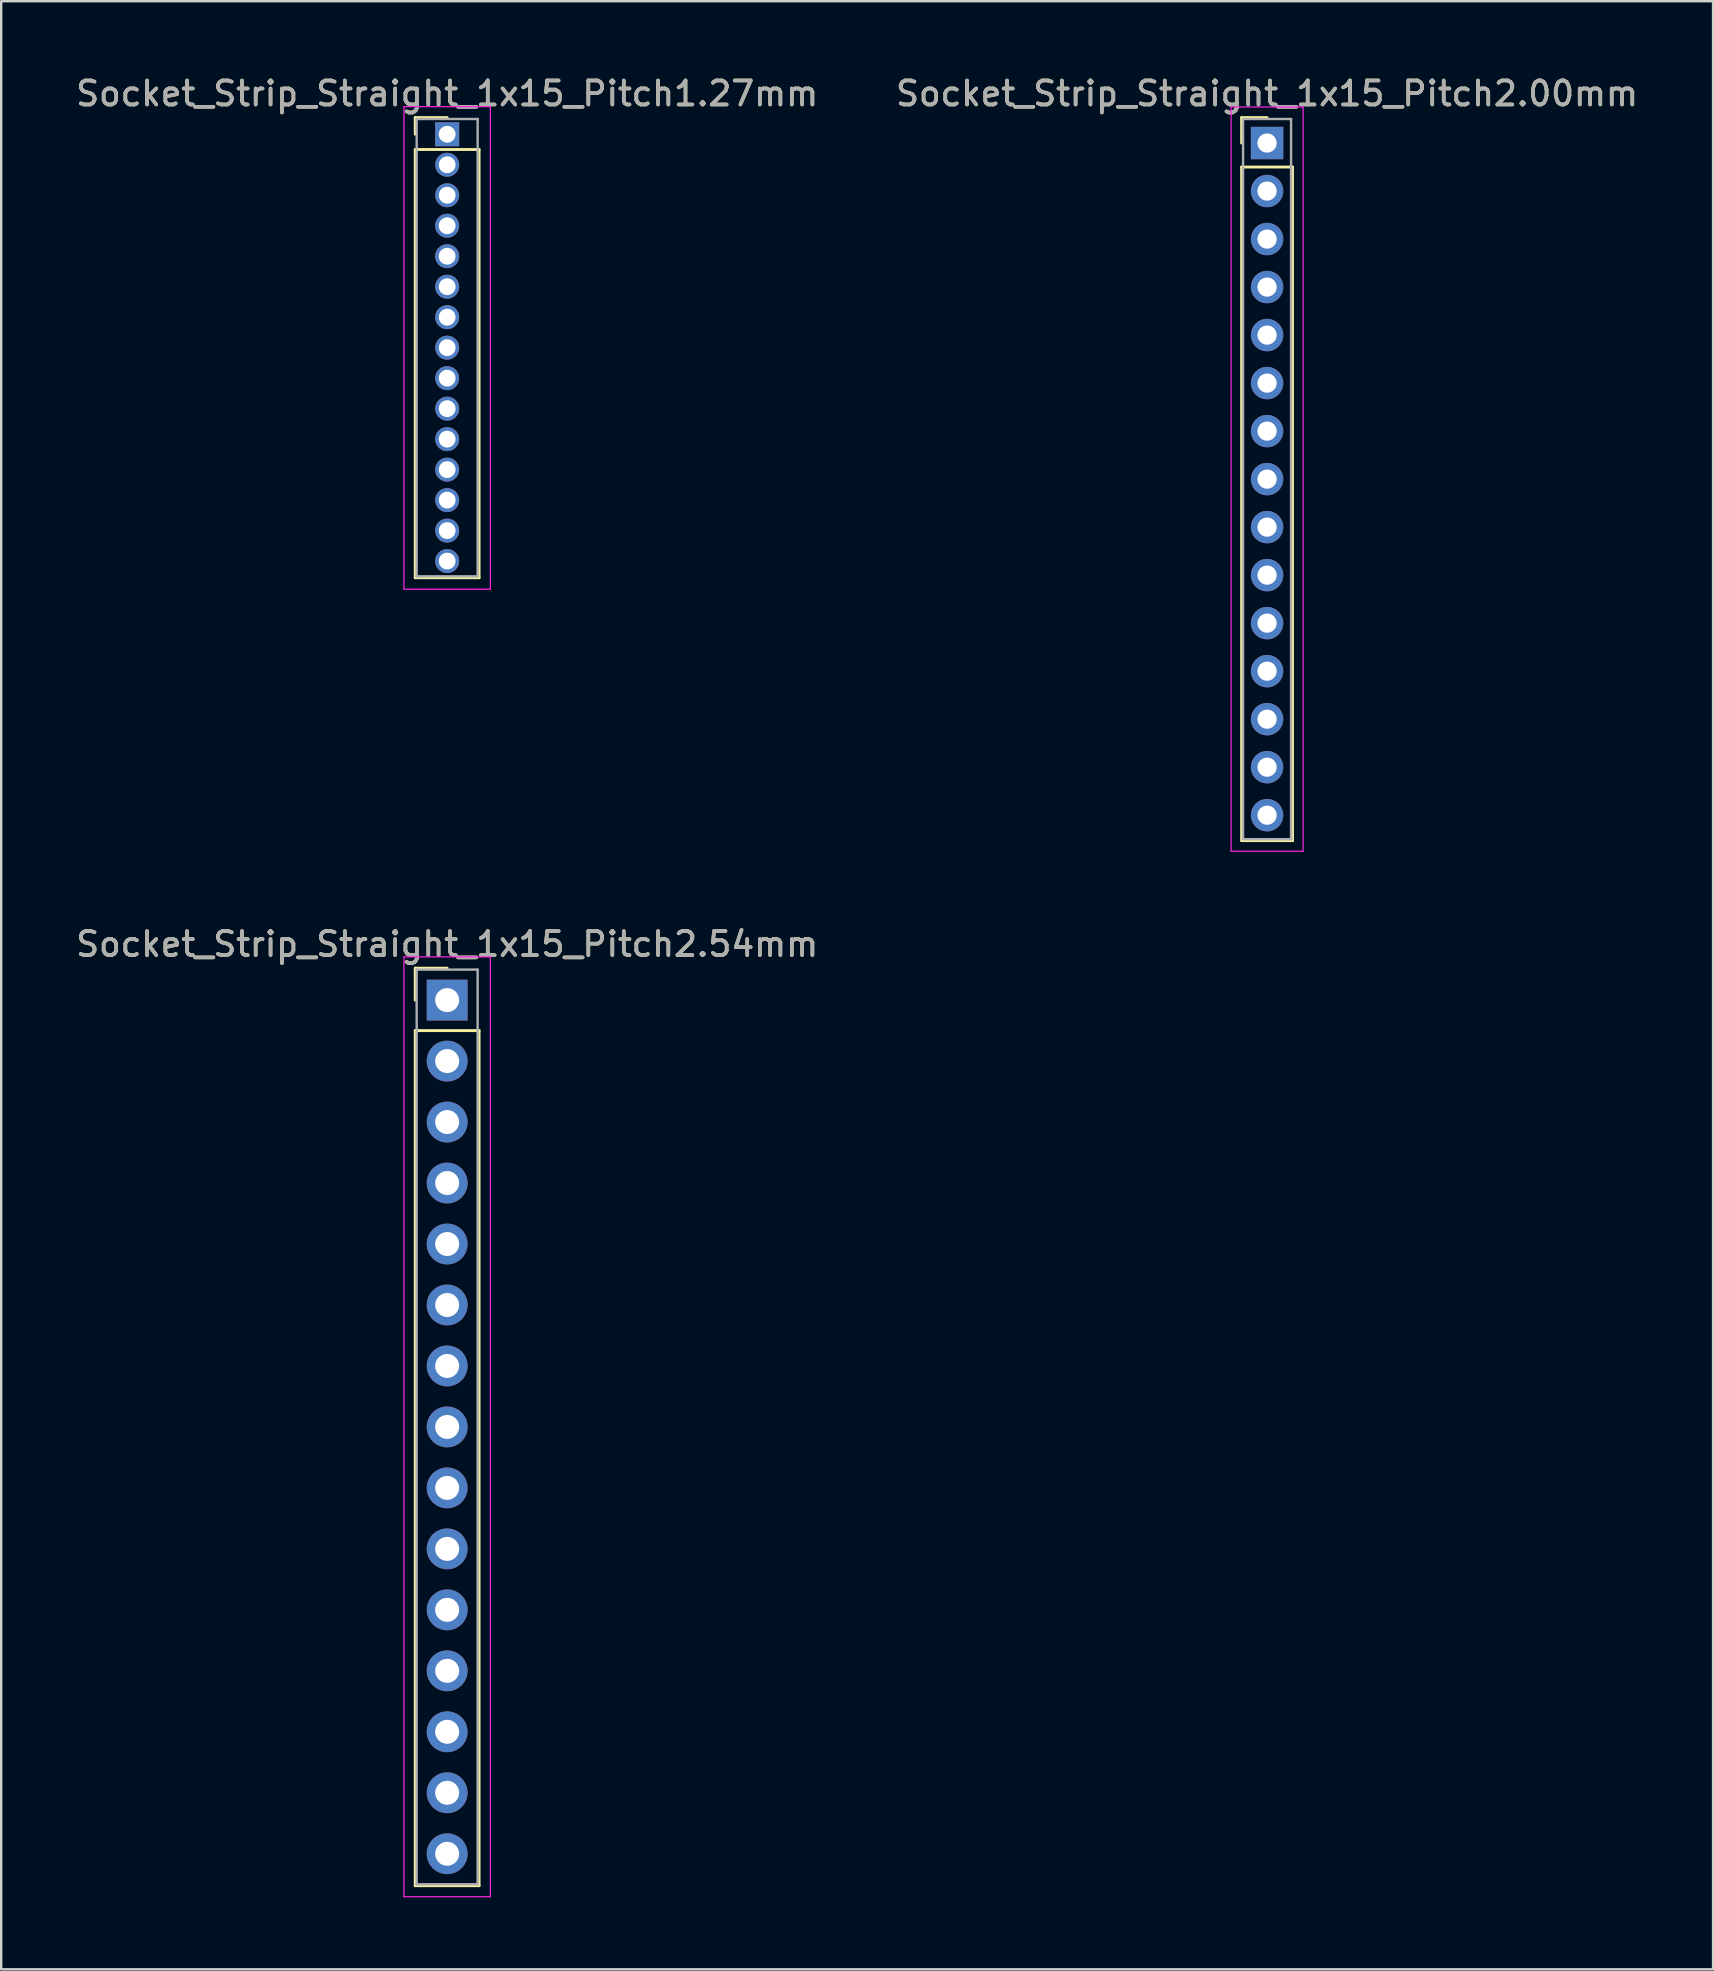
<source format=kicad_pcb>
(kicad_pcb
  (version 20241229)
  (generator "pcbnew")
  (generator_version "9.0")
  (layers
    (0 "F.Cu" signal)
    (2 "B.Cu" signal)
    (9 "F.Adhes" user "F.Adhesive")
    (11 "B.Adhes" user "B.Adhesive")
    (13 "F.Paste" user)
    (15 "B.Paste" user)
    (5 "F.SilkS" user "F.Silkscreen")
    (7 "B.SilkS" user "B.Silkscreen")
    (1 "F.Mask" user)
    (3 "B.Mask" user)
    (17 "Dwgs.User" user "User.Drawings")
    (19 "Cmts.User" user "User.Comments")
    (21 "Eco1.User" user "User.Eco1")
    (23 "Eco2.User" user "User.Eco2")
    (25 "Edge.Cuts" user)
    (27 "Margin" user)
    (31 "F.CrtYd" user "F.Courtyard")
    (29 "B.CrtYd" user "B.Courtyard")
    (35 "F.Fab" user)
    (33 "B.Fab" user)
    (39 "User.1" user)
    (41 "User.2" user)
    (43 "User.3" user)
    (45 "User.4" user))
  (footprint "Socket_Strip_Straight_1x15_Pitch2.54mm"
    (layer "F.Cu")
    (at 15.577 38.611)
    (property "Reference" "Socket_Strip_Straight_1x15_Pitch2.54mm" (at 0 -2.33 0) (layer "F.SilkS") (effects (font (size 1 1) (thickness 0.15))))
    (attr through_hole)
    (fp_line (start -1.33 -1.33) (end 0 -1.33) (stroke (width 0.12) (type solid)) (layer "F.SilkS"))
    (fp_line (start -1.33 0) (end -1.33 -1.33) (stroke (width 0.12) (type solid)) (layer "F.SilkS"))
    (fp_line (start -1.33 1.27) (end -1.33 36.89) (stroke (width 0.12) (type solid)) (layer "F.SilkS"))
    (fp_line (start -1.33 36.89) (end 1.33 36.89) (stroke (width 0.12) (type solid)) (layer "F.SilkS"))
    (fp_line (start 1.33 1.27) (end -1.33 1.27) (stroke (width 0.12) (type solid)) (layer "F.SilkS"))
    (fp_line (start 1.33 36.89) (end 1.33 1.27) (stroke (width 0.12) (type solid)) (layer "F.SilkS"))
    (fp_line (start -1.8 -1.8) (end -1.8 37.35) (stroke (width 0.05) (type solid)) (layer "F.CrtYd"))
    (fp_line (start -1.8 37.35) (end 1.8 37.35) (stroke (width 0.05) (type solid)) (layer "F.CrtYd"))
    (fp_line (start 1.8 -1.8) (end -1.8 -1.8) (stroke (width 0.05) (type solid)) (layer "F.CrtYd"))
    (fp_line (start 1.8 37.35) (end 1.8 -1.8) (stroke (width 0.05) (type solid)) (layer "F.CrtYd"))
    (fp_line (start -1.27 -1.27) (end -1.27 36.83) (stroke (width 0.1) (type solid)) (layer "F.Fab"))
    (fp_line (start -1.27 36.83) (end 1.27 36.83) (stroke (width 0.1) (type solid)) (layer "F.Fab"))
    (fp_line (start 1.27 -1.27) (end -1.27 -1.27) (stroke (width 0.1) (type solid)) (layer "F.Fab"))
    (fp_line (start 1.27 36.83) (end 1.27 -1.27) (stroke (width 0.1) (type solid)) (layer "F.Fab"))
    (fp_text user "${REFERENCE}" (at 0 -2.33 0) (layer "F.Fab") (effects (font (size 1 1) (thickness 0.15))))
    (pad "1" thru_hole rect (at 0 0) (size 1.7 1.7) (drill 1) (layers "*.Cu" "*.Mask"))
    (pad "2" thru_hole oval (at 0 2.54) (size 1.7 1.7) (drill 1) (layers "*.Cu" "*.Mask"))
    (pad "3" thru_hole oval (at 0 5.08) (size 1.7 1.7) (drill 1) (layers "*.Cu" "*.Mask"))
    (pad "4" thru_hole oval (at 0 7.62) (size 1.7 1.7) (drill 1) (layers "*.Cu" "*.Mask"))
    (pad "5" thru_hole oval (at 0 10.16) (size 1.7 1.7) (drill 1) (layers "*.Cu" "*.Mask"))
    (pad "6" thru_hole oval (at 0 12.7) (size 1.7 1.7) (drill 1) (layers "*.Cu" "*.Mask"))
    (pad "7" thru_hole oval (at 0 15.24) (size 1.7 1.7) (drill 1) (layers "*.Cu" "*.Mask"))
    (pad "8" thru_hole oval (at 0 17.78) (size 1.7 1.7) (drill 1) (layers "*.Cu" "*.Mask"))
    (pad "9" thru_hole oval (at 0 20.32) (size 1.7 1.7) (drill 1) (layers "*.Cu" "*.Mask"))
    (pad "10" thru_hole oval (at 0 22.86) (size 1.7 1.7) (drill 1) (layers "*.Cu" "*.Mask"))
    (pad "11" thru_hole oval (at 0 25.4) (size 1.7 1.7) (drill 1) (layers "*.Cu" "*.Mask"))
    (pad "12" thru_hole oval (at 0 27.94) (size 1.7 1.7) (drill 1) (layers "*.Cu" "*.Mask"))
    (pad "13" thru_hole oval (at 0 30.48) (size 1.7 1.7) (drill 1) (layers "*.Cu" "*.Mask"))
    (pad "14" thru_hole oval (at 0 33.02) (size 1.7 1.7) (drill 1) (layers "*.Cu" "*.Mask"))
    (pad "15" thru_hole oval (at 0 35.56) (size 1.7 1.7) (drill 1) (layers "*.Cu" "*.Mask")))
  (footprint "Socket_Strip_Straight_1x15_Pitch2.00mm"
    (layer "F.Cu")
    (at 49.732 2.908)
    (property "Reference" "Socket_Strip_Straight_1x15_Pitch2.00mm" (at 0 -2.06 0) (layer "F.SilkS") (effects (font (size 1 1) (thickness 0.15))))
    (attr through_hole)
    (fp_line (start -1.06 -1.06) (end 0 -1.06) (stroke (width 0.12) (type solid)) (layer "F.SilkS"))
    (fp_line (start -1.06 0) (end -1.06 -1.06) (stroke (width 0.12) (type solid)) (layer "F.SilkS"))
    (fp_line (start -1.06 1) (end -1.06 29.06) (stroke (width 0.12) (type solid)) (layer "F.SilkS"))
    (fp_line (start -1.06 29.06) (end 1.06 29.06) (stroke (width 0.12) (type solid)) (layer "F.SilkS"))
    (fp_line (start 1.06 1) (end -1.06 1) (stroke (width 0.12) (type solid)) (layer "F.SilkS"))
    (fp_line (start 1.06 29.06) (end 1.06 1) (stroke (width 0.12) (type solid)) (layer "F.SilkS"))
    (fp_line (start -1.5 -1.5) (end -1.5 29.5) (stroke (width 0.05) (type solid)) (layer "F.CrtYd"))
    (fp_line (start -1.5 29.5) (end 1.5 29.5) (stroke (width 0.05) (type solid)) (layer "F.CrtYd"))
    (fp_line (start 1.5 -1.5) (end -1.5 -1.5) (stroke (width 0.05) (type solid)) (layer "F.CrtYd"))
    (fp_line (start 1.5 29.5) (end 1.5 -1.5) (stroke (width 0.05) (type solid)) (layer "F.CrtYd"))
    (fp_line (start -1 -1) (end -1 29) (stroke (width 0.1) (type solid)) (layer "F.Fab"))
    (fp_line (start -1 29) (end 1 29) (stroke (width 0.1) (type solid)) (layer "F.Fab"))
    (fp_line (start 1 -1) (end -1 -1) (stroke (width 0.1) (type solid)) (layer "F.Fab"))
    (fp_line (start 1 29) (end 1 -1) (stroke (width 0.1) (type solid)) (layer "F.Fab"))
    (fp_text user "${REFERENCE}" (at 0 -2.06 0) (layer "F.Fab") (effects (font (size 1 1) (thickness 0.15))))
    (pad "1" thru_hole rect (at 0 0) (size 1.35 1.35) (drill 0.8) (layers "*.Cu" "*.Mask"))
    (pad "2" thru_hole oval (at 0 2) (size 1.35 1.35) (drill 0.8) (layers "*.Cu" "*.Mask"))
    (pad "3" thru_hole oval (at 0 4) (size 1.35 1.35) (drill 0.8) (layers "*.Cu" "*.Mask"))
    (pad "4" thru_hole oval (at 0 6) (size 1.35 1.35) (drill 0.8) (layers "*.Cu" "*.Mask"))
    (pad "5" thru_hole oval (at 0 8) (size 1.35 1.35) (drill 0.8) (layers "*.Cu" "*.Mask"))
    (pad "6" thru_hole oval (at 0 10) (size 1.35 1.35) (drill 0.8) (layers "*.Cu" "*.Mask"))
    (pad "7" thru_hole oval (at 0 12) (size 1.35 1.35) (drill 0.8) (layers "*.Cu" "*.Mask"))
    (pad "8" thru_hole oval (at 0 14) (size 1.35 1.35) (drill 0.8) (layers "*.Cu" "*.Mask"))
    (pad "9" thru_hole oval (at 0 16) (size 1.35 1.35) (drill 0.8) (layers "*.Cu" "*.Mask"))
    (pad "10" thru_hole oval (at 0 18) (size 1.35 1.35) (drill 0.8) (layers "*.Cu" "*.Mask"))
    (pad "11" thru_hole oval (at 0 20) (size 1.35 1.35) (drill 0.8) (layers "*.Cu" "*.Mask"))
    (pad "12" thru_hole oval (at 0 22) (size 1.35 1.35) (drill 0.8) (layers "*.Cu" "*.Mask"))
    (pad "13" thru_hole oval (at 0 24) (size 1.35 1.35) (drill 0.8) (layers "*.Cu" "*.Mask"))
    (pad "14" thru_hole oval (at 0 26) (size 1.35 1.35) (drill 0.8) (layers "*.Cu" "*.Mask"))
    (pad "15" thru_hole oval (at 0 28) (size 1.35 1.35) (drill 0.8) (layers "*.Cu" "*.Mask")))
  (footprint "Socket_Strip_Straight_1x15_Pitch1.27mm"
    (layer "F.Cu")
    (at 15.577 2.543)
    (property "Reference" "Socket_Strip_Straight_1x15_Pitch1.27mm" (at 0 -1.695 0) (layer "F.SilkS") (effects (font (size 1 1) (thickness 0.15))))
    (attr through_hole)
    (fp_line (start -1.33 -0.695) (end 0 -0.695) (stroke (width 0.12) (type solid)) (layer "F.SilkS"))
    (fp_line (start -1.33 0) (end -1.33 -0.695) (stroke (width 0.12) (type solid)) (layer "F.SilkS"))
    (fp_line (start -1.33 0.635) (end -1.33 18.475) (stroke (width 0.12) (type solid)) (layer "F.SilkS"))
    (fp_line (start -1.33 18.475) (end 1.33 18.475) (stroke (width 0.12) (type solid)) (layer "F.SilkS"))
    (fp_line (start 1.33 0.635) (end -1.33 0.635) (stroke (width 0.12) (type solid)) (layer "F.SilkS"))
    (fp_line (start 1.33 18.475) (end 1.33 0.635) (stroke (width 0.12) (type solid)) (layer "F.SilkS"))
    (fp_line (start -1.8 -1.15) (end -1.8 18.95) (stroke (width 0.05) (type solid)) (layer "F.CrtYd"))
    (fp_line (start -1.8 18.95) (end 1.8 18.95) (stroke (width 0.05) (type solid)) (layer "F.CrtYd"))
    (fp_line (start 1.8 -1.15) (end -1.8 -1.15) (stroke (width 0.05) (type solid)) (layer "F.CrtYd"))
    (fp_line (start 1.8 18.95) (end 1.8 -1.15) (stroke (width 0.05) (type solid)) (layer "F.CrtYd"))
    (fp_line (start -1.27 -0.635) (end -1.27 18.415) (stroke (width 0.1) (type solid)) (layer "F.Fab"))
    (fp_line (start -1.27 18.415) (end 1.27 18.415) (stroke (width 0.1) (type solid)) (layer "F.Fab"))
    (fp_line (start 1.27 -0.635) (end -1.27 -0.635) (stroke (width 0.1) (type solid)) (layer "F.Fab"))
    (fp_line (start 1.27 18.415) (end 1.27 -0.635) (stroke (width 0.1) (type solid)) (layer "F.Fab"))
    (fp_text user "${REFERENCE}" (at 0 -1.695 0) (layer "F.Fab") (effects (font (size 1 1) (thickness 0.15))))
    (pad "1" thru_hole rect (at 0 0) (size 1 1) (drill 0.7) (layers "*.Cu" "*.Mask"))
    (pad "2" thru_hole oval (at 0 1.27) (size 1 1) (drill 0.7) (layers "*.Cu" "*.Mask"))
    (pad "3" thru_hole oval (at 0 2.54) (size 1 1) (drill 0.7) (layers "*.Cu" "*.Mask"))
    (pad "4" thru_hole oval (at 0 3.81) (size 1 1) (drill 0.7) (layers "*.Cu" "*.Mask"))
    (pad "5" thru_hole oval (at 0 5.08) (size 1 1) (drill 0.7) (layers "*.Cu" "*.Mask"))
    (pad "6" thru_hole oval (at 0 6.35) (size 1 1) (drill 0.7) (layers "*.Cu" "*.Mask"))
    (pad "7" thru_hole oval (at 0 7.62) (size 1 1) (drill 0.7) (layers "*.Cu" "*.Mask"))
    (pad "8" thru_hole oval (at 0 8.89) (size 1 1) (drill 0.7) (layers "*.Cu" "*.Mask"))
    (pad "9" thru_hole oval (at 0 10.16) (size 1 1) (drill 0.7) (layers "*.Cu" "*.Mask"))
    (pad "10" thru_hole oval (at 0 11.43) (size 1 1) (drill 0.7) (layers "*.Cu" "*.Mask"))
    (pad "11" thru_hole oval (at 0 12.7) (size 1 1) (drill 0.7) (layers "*.Cu" "*.Mask"))
    (pad "12" thru_hole oval (at 0 13.97) (size 1 1) (drill 0.7) (layers "*.Cu" "*.Mask"))
    (pad "13" thru_hole oval (at 0 15.24) (size 1 1) (drill 0.7) (layers "*.Cu" "*.Mask"))
    (pad "14" thru_hole oval (at 0 16.51) (size 1 1) (drill 0.7) (layers "*.Cu" "*.Mask"))
    (pad "15" thru_hole oval (at 0 17.78) (size 1 1) (drill 0.7) (layers "*.Cu" "*.Mask")))
  (gr_rect
    (start -3 -3)
    (end 68.31 78.987)
    (stroke (width 0.1) (type default))
    (fill no)
    (layer "Edge.Cuts")))
</source>
